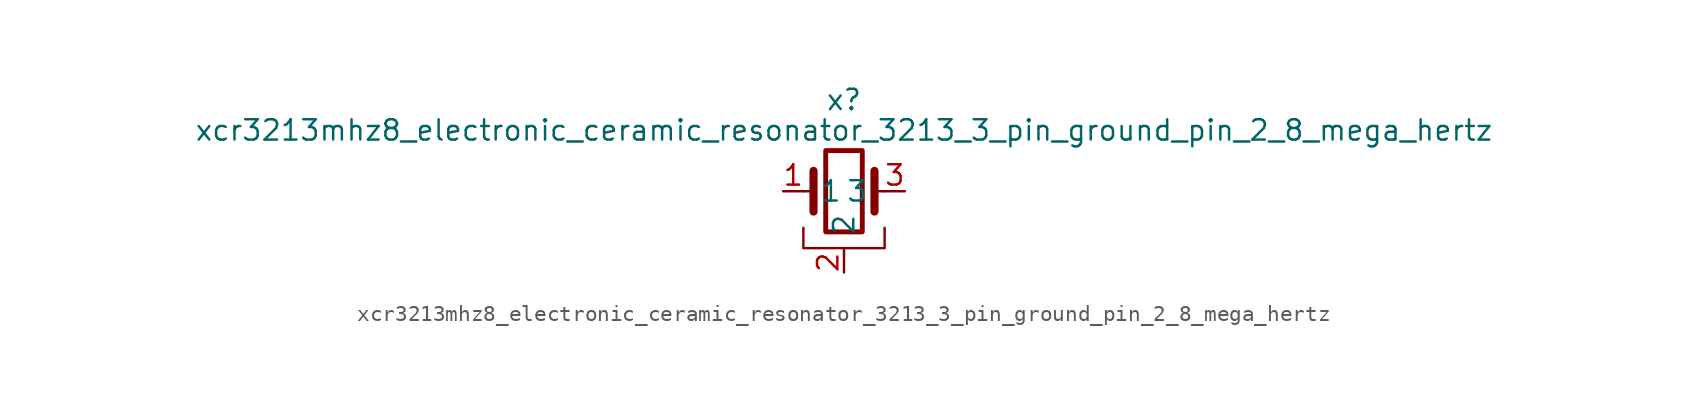
<source format=kicad_sym>
(kicad_symbol_lib
  (version 20220914)
  (generator kicad_symbol_editor)
  (symbol "xcr3213mhz8_electronic_ceramic_resonator_3213_3_pin_ground_pin_2_8_mega_hertz"
    (pin_names
      (offset 1.016))
    (property "Reference" "x"
      (at 0 5.715 0)
      (effects (font (size 1.27 1.27))))
    (property "Value" "xcr3213mhz8_electronic_ceramic_resonator_3213_3_pin_ground_pin_2_8_mega_hertz"
      (at 0 3.81 0)
      (effects (font (size 1.27 1.27))))
    (symbol "xcr3213mhz8_electronic_ceramic_resonator_3213_3_pin_ground_pin_2_8_mega_hertz_0_1"
      (rectangle (start -1.143 2.54) (end 1.143 -2.54) (stroke (width 0.305) (type default)) (fill (type none)))
      (polyline (pts (xy -2.54 0) (xy -1.905 0)) (stroke (width 0) (type default)) (fill (type none)))
      (polyline (pts (xy -1.905 -1.27) (xy -1.905 1.27)) (stroke (width 0.508) (type default)) (fill (type none)))
      (polyline (pts (xy 0 -3.81) (xy 0 -3.556)) (stroke (width 0) (type default)) (fill (type none)))
      (polyline (pts (xy 1.905 0) (xy 2.54 0)) (stroke (width 0) (type default)) (fill (type none)))
      (polyline (pts (xy 1.905 1.27) (xy 1.905 -1.27)) (stroke (width 0.508) (type default)) (fill (type none)))
      (polyline (pts (xy -2.54 -2.286) (xy -2.54 -3.556) (xy 2.54 -3.556) (xy 2.54 -2.286)) (stroke (width 0) (type default)) (fill (type none))))
    (symbol "xcr3213mhz8_electronic_ceramic_resonator_3213_3_pin_ground_pin_2_8_mega_hertz_1_1"
      (pin passive line (at -3.81 0 0) (length 1.27) (name "1" (effects (font (size 1.27 1.27)))) (number "1" (effects (font (size 1.27 1.27)))))
      (pin passive line (at 0 -5.08 90) (length 1.27) (name "2" (effects (font (size 1.27 1.27)))) (number "2" (effects (font (size 1.27 1.27)))))
      (pin passive line (at 3.81 0 180) (length 1.27) (name "3" (effects (font (size 1.27 1.27)))) (number "3" (effects (font (size 1.27 1.27))))))))
</source>
